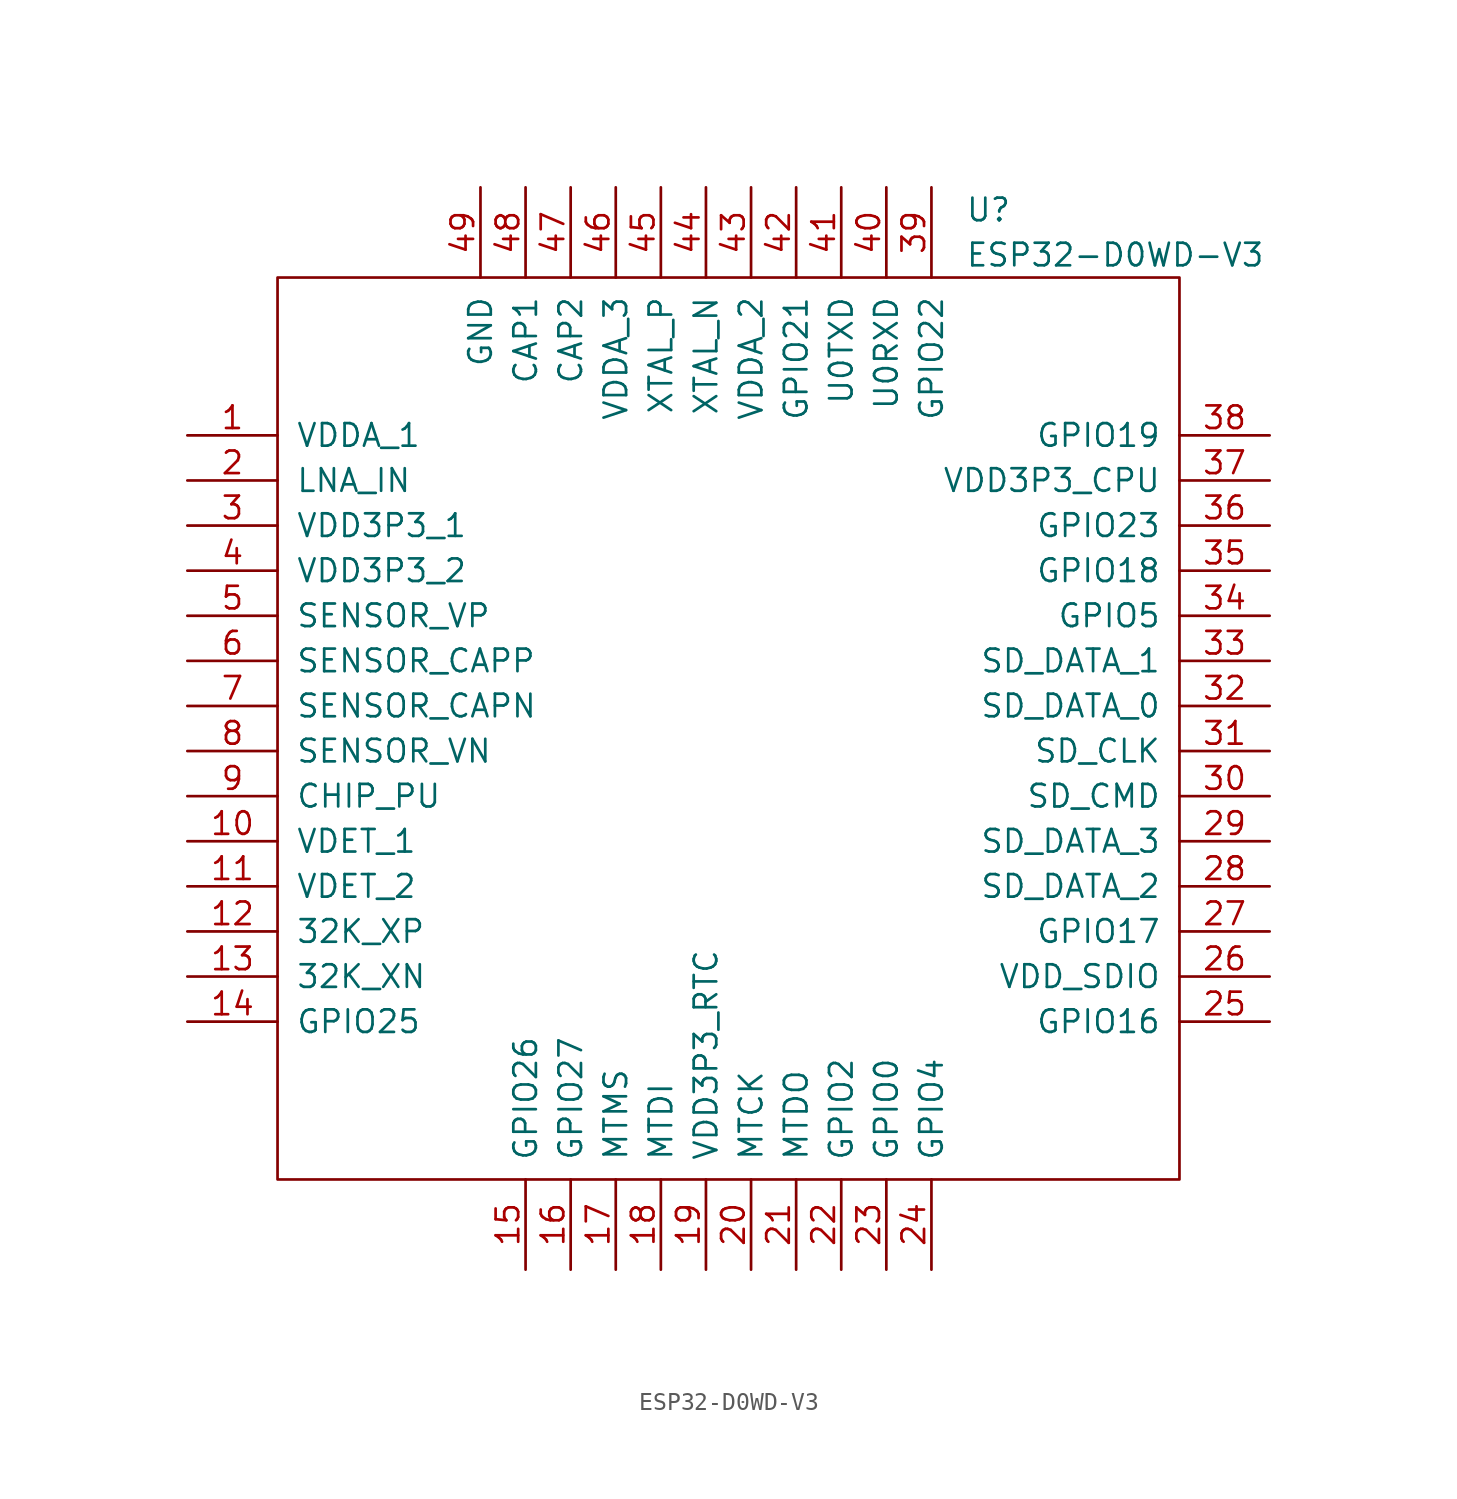
<source format=kicad_sym>
(kicad_symbol_lib
  (version 20211014)
  (generator kicad_symbol_editor)
  (symbol "ESP32-D0WD-V3"
    (pin_names
      (offset 1.016))
    (property "Reference" "U"
      (at 13.335 29.21 0)
      (effects (font (size 1.27 1.27)) (justify left)))
    (property "Value" "ESP32-D0WD-V3"
      (at 13.335 26.67 0)
      (effects (font (size 1.27 1.27)) (justify left)))
    (symbol "ESP32-D0WD-V3_1_1"
      (rectangle (start -25.4 25.4) (end 25.4 -25.4) (stroke (width 0) (type default) (color 0 0 0 0)) (fill (type none)))
      (pin passive line (at -30.48 16.51 0) (length 5.08) (name "VDDA_1" (effects (font (size 1.27 1.27)))) (number "1" (effects (font (size 1.27 1.27)))))
      (pin passive line (at -30.48 -6.35 0) (length 5.08) (name "VDET_1" (effects (font (size 1.27 1.27)))) (number "10" (effects (font (size 1.27 1.27)))))
      (pin passive line (at -30.48 -8.89 0) (length 5.08) (name "VDET_2" (effects (font (size 1.27 1.27)))) (number "11" (effects (font (size 1.27 1.27)))))
      (pin passive line (at -30.48 -11.43 0) (length 5.08) (name "32K_XP" (effects (font (size 1.27 1.27)))) (number "12" (effects (font (size 1.27 1.27)))))
      (pin passive line (at -30.48 -13.97 0) (length 5.08) (name "32K_XN" (effects (font (size 1.27 1.27)))) (number "13" (effects (font (size 1.27 1.27)))))
      (pin passive line (at -30.48 -16.51 0) (length 5.08) (name "GPIO25" (effects (font (size 1.27 1.27)))) (number "14" (effects (font (size 1.27 1.27)))))
      (pin passive line (at -11.43 -30.48 90) (length 5.08) (name "GPIO26" (effects (font (size 1.27 1.27)))) (number "15" (effects (font (size 1.27 1.27)))))
      (pin passive line (at -8.89 -30.48 90) (length 5.08) (name "GPIO27" (effects (font (size 1.27 1.27)))) (number "16" (effects (font (size 1.27 1.27)))))
      (pin passive line (at -6.35 -30.48 90) (length 5.08) (name "MTMS" (effects (font (size 1.27 1.27)))) (number "17" (effects (font (size 1.27 1.27)))))
      (pin passive line (at -3.81 -30.48 90) (length 5.08) (name "MTDI" (effects (font (size 1.27 1.27)))) (number "18" (effects (font (size 1.27 1.27)))))
      (pin passive line (at -1.27 -30.48 90) (length 5.08) (name "VDD3P3_RTC" (effects (font (size 1.27 1.27)))) (number "19" (effects (font (size 1.27 1.27)))))
      (pin passive line (at -30.48 13.97 0) (length 5.08) (name "LNA_IN" (effects (font (size 1.27 1.27)))) (number "2" (effects (font (size 1.27 1.27)))))
      (pin passive line (at 1.27 -30.48 90) (length 5.08) (name "MTCK" (effects (font (size 1.27 1.27)))) (number "20" (effects (font (size 1.27 1.27)))))
      (pin passive line (at 3.81 -30.48 90) (length 5.08) (name "MTDO" (effects (font (size 1.27 1.27)))) (number "21" (effects (font (size 1.27 1.27)))))
      (pin passive line (at 6.35 -30.48 90) (length 5.08) (name "GPIO2" (effects (font (size 1.27 1.27)))) (number "22" (effects (font (size 1.27 1.27)))))
      (pin passive line (at 8.89 -30.48 90) (length 5.08) (name "GPIO0" (effects (font (size 1.27 1.27)))) (number "23" (effects (font (size 1.27 1.27)))))
      (pin passive line (at 11.43 -30.48 90) (length 5.08) (name "GPIO4" (effects (font (size 1.27 1.27)))) (number "24" (effects (font (size 1.27 1.27)))))
      (pin passive line (at 30.48 -16.51 180) (length 5.08) (name "GPIO16" (effects (font (size 1.27 1.27)))) (number "25" (effects (font (size 1.27 1.27)))))
      (pin passive line (at 30.48 -13.97 180) (length 5.08) (name "VDD_SDIO" (effects (font (size 1.27 1.27)))) (number "26" (effects (font (size 1.27 1.27)))))
      (pin passive line (at 30.48 -11.43 180) (length 5.08) (name "GPIO17" (effects (font (size 1.27 1.27)))) (number "27" (effects (font (size 1.27 1.27)))))
      (pin passive line (at 30.48 -8.89 180) (length 5.08) (name "SD_DATA_2" (effects (font (size 1.27 1.27)))) (number "28" (effects (font (size 1.27 1.27)))))
      (pin passive line (at 30.48 -6.35 180) (length 5.08) (name "SD_DATA_3" (effects (font (size 1.27 1.27)))) (number "29" (effects (font (size 1.27 1.27)))))
      (pin passive line (at -30.48 11.43 0) (length 5.08) (name "VDD3P3_1" (effects (font (size 1.27 1.27)))) (number "3" (effects (font (size 1.27 1.27)))))
      (pin passive line (at 30.48 -3.81 180) (length 5.08) (name "SD_CMD" (effects (font (size 1.27 1.27)))) (number "30" (effects (font (size 1.27 1.27)))))
      (pin passive line (at 30.48 -1.27 180) (length 5.08) (name "SD_CLK" (effects (font (size 1.27 1.27)))) (number "31" (effects (font (size 1.27 1.27)))))
      (pin passive line (at 30.48 1.27 180) (length 5.08) (name "SD_DATA_0" (effects (font (size 1.27 1.27)))) (number "32" (effects (font (size 1.27 1.27)))))
      (pin passive line (at 30.48 3.81 180) (length 5.08) (name "SD_DATA_1" (effects (font (size 1.27 1.27)))) (number "33" (effects (font (size 1.27 1.27)))))
      (pin passive line (at 30.48 6.35 180) (length 5.08) (name "GPIO5" (effects (font (size 1.27 1.27)))) (number "34" (effects (font (size 1.27 1.27)))))
      (pin passive line (at 30.48 8.89 180) (length 5.08) (name "GPIO18" (effects (font (size 1.27 1.27)))) (number "35" (effects (font (size 1.27 1.27)))))
      (pin passive line (at 30.48 11.43 180) (length 5.08) (name "GPIO23" (effects (font (size 1.27 1.27)))) (number "36" (effects (font (size 1.27 1.27)))))
      (pin passive line (at 30.48 13.97 180) (length 5.08) (name "VDD3P3_CPU" (effects (font (size 1.27 1.27)))) (number "37" (effects (font (size 1.27 1.27)))))
      (pin passive line (at 30.48 16.51 180) (length 5.08) (name "GPIO19" (effects (font (size 1.27 1.27)))) (number "38" (effects (font (size 1.27 1.27)))))
      (pin passive line (at 11.43 30.48 270) (length 5.08) (name "GPIO22" (effects (font (size 1.27 1.27)))) (number "39" (effects (font (size 1.27 1.27)))))
      (pin passive line (at -30.48 8.89 0) (length 5.08) (name "VDD3P3_2" (effects (font (size 1.27 1.27)))) (number "4" (effects (font (size 1.27 1.27)))))
      (pin passive line (at 8.89 30.48 270) (length 5.08) (name "U0RXD" (effects (font (size 1.27 1.27)))) (number "40" (effects (font (size 1.27 1.27)))))
      (pin passive line (at 6.35 30.48 270) (length 5.08) (name "U0TXD" (effects (font (size 1.27 1.27)))) (number "41" (effects (font (size 1.27 1.27)))))
      (pin passive line (at 3.81 30.48 270) (length 5.08) (name "GPIO21" (effects (font (size 1.27 1.27)))) (number "42" (effects (font (size 1.27 1.27)))))
      (pin passive line (at 1.27 30.48 270) (length 5.08) (name "VDDA_2" (effects (font (size 1.27 1.27)))) (number "43" (effects (font (size 1.27 1.27)))))
      (pin passive line (at -1.27 30.48 270) (length 5.08) (name "XTAL_N" (effects (font (size 1.27 1.27)))) (number "44" (effects (font (size 1.27 1.27)))))
      (pin passive line (at -3.81 30.48 270) (length 5.08) (name "XTAL_P" (effects (font (size 1.27 1.27)))) (number "45" (effects (font (size 1.27 1.27)))))
      (pin passive line (at -6.35 30.48 270) (length 5.08) (name "VDDA_3" (effects (font (size 1.27 1.27)))) (number "46" (effects (font (size 1.27 1.27)))))
      (pin passive line (at -8.89 30.48 270) (length 5.08) (name "CAP2" (effects (font (size 1.27 1.27)))) (number "47" (effects (font (size 1.27 1.27)))))
      (pin passive line (at -11.43 30.48 270) (length 5.08) (name "CAP1" (effects (font (size 1.27 1.27)))) (number "48" (effects (font (size 1.27 1.27)))))
      (pin passive line (at -13.97 30.48 270) (length 5.08) (name "GND" (effects (font (size 1.27 1.27)))) (number "49" (effects (font (size 1.27 1.27)))))
      (pin passive line (at -30.48 6.35 0) (length 5.08) (name "SENSOR_VP" (effects (font (size 1.27 1.27)))) (number "5" (effects (font (size 1.27 1.27)))))
      (pin passive line (at -30.48 3.81 0) (length 5.08) (name "SENSOR_CAPP" (effects (font (size 1.27 1.27)))) (number "6" (effects (font (size 1.27 1.27)))))
      (pin passive line (at -30.48 1.27 0) (length 5.08) (name "SENSOR_CAPN" (effects (font (size 1.27 1.27)))) (number "7" (effects (font (size 1.27 1.27)))))
      (pin passive line (at -30.48 -1.27 0) (length 5.08) (name "SENSOR_VN" (effects (font (size 1.27 1.27)))) (number "8" (effects (font (size 1.27 1.27)))))
      (pin passive line (at -30.48 -3.81 0) (length 5.08) (name "CHIP_PU" (effects (font (size 1.27 1.27)))) (number "9" (effects (font (size 1.27 1.27))))))))
</source>
